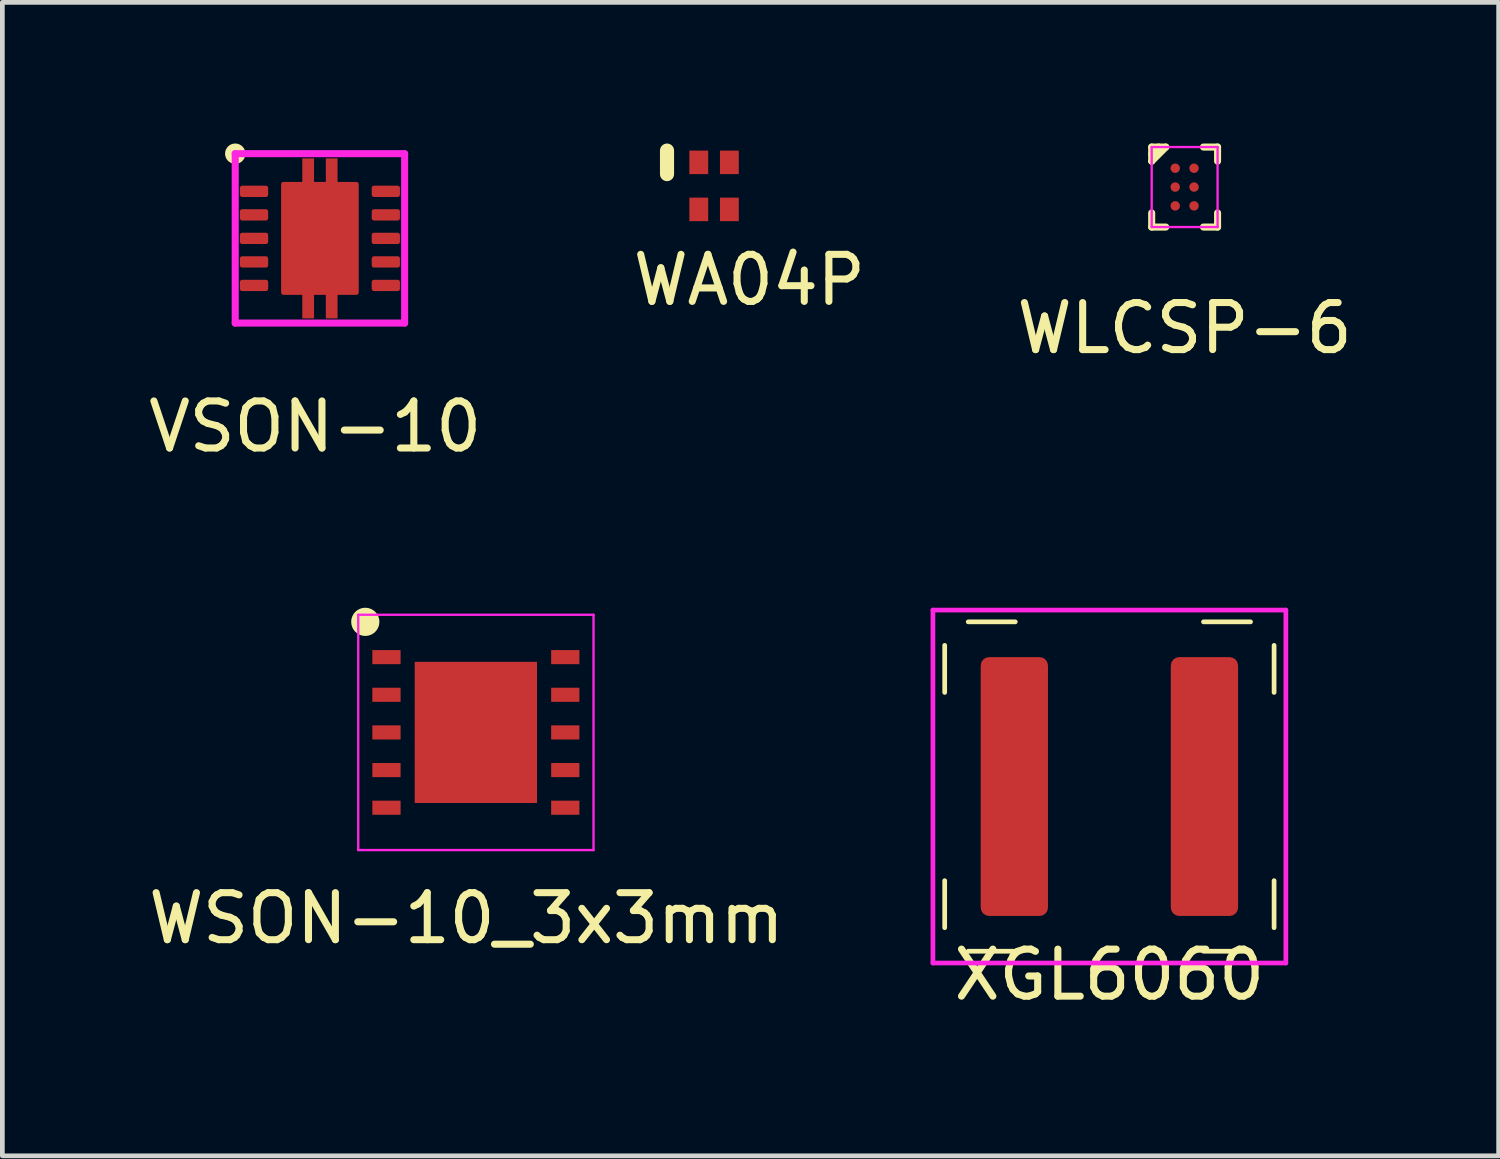
<source format=kicad_pcb>
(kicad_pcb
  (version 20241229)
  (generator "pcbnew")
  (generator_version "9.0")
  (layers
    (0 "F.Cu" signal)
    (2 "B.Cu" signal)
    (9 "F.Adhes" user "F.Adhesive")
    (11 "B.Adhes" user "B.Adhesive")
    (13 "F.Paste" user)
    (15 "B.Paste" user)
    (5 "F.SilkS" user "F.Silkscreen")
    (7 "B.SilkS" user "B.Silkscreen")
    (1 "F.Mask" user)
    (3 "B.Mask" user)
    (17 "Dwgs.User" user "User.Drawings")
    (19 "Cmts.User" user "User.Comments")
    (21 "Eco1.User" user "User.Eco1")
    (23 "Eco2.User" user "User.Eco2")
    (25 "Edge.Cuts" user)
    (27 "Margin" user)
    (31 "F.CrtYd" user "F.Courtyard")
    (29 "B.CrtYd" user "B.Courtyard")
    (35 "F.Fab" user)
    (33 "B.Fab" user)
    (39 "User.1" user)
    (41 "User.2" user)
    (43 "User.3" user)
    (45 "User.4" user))
  (footprint "VSON-10"
    (layer "F.Cu")
    (at 3.749 2.016)
    (property "Reference" "VSON-10" (at -0.1 4 0) (layer "F.SilkS") (effects (font (size 1 1) (thickness 0.15))))
    (attr through_hole)
    (fp_circle (center -1.8 -1.8) (end -1.7 -1.7) (stroke (width 0.15) (type solid)) (fill no) (layer "F.SilkS"))
    (fp_line (start -1.8 -1.8) (end 1.8 -1.8) (stroke (width 0.15) (type solid)) (layer "F.CrtYd"))
    (fp_line (start -1.8 1.8) (end -1.8 -1.8) (stroke (width 0.15) (type solid)) (layer "F.CrtYd"))
    (fp_line (start 1.8 -1.8) (end 1.8 1.8) (stroke (width 0.15) (type solid)) (layer "F.CrtYd"))
    (fp_line (start 1.8 1.8) (end -1.8 1.8) (stroke (width 0.15) (type solid)) (layer "F.CrtYd"))
    (pad "" smd roundrect (at -0.25 -1.53) (size 0.25 0.34) (layers "F.Paste") (roundrect_rratio 0.03))
    (pad "" smd roundrect (at -0.25 1.53) (size 0.25 0.34) (layers "F.Paste") (roundrect_rratio 0.03))
    (pad "" smd roundrect (at 0 -0.63) (size 1.5 1.06) (layers "F.Paste") (roundrect_rratio 0.03))
    (pad "" smd roundrect (at 0 0.63) (size 1.5 1.06) (layers "F.Paste") (roundrect_rratio 0.03))
    (pad "" smd roundrect (at 0.25 -1.53) (size 0.25 0.34) (layers "F.Paste") (roundrect_rratio 0.03))
    (pad "" smd roundrect (at 0.25 1.53) (size 0.25 0.34) (layers "F.Paste") (roundrect_rratio 0.03))
    (pad "1" smd roundrect (at -1.4 -1) (size 0.6 0.24) (layers "F.Cu" "F.Mask" "F.Paste") (roundrect_rratio 0.2))
    (pad "2" smd roundrect (at -1.4 -0.5) (size 0.6 0.24) (layers "F.Cu" "F.Mask" "F.Paste") (roundrect_rratio 0.2))
    (pad "3" smd roundrect (at -1.4 0) (size 0.6 0.24) (layers "F.Cu" "F.Mask" "F.Paste") (roundrect_rratio 0.2))
    (pad "4" smd roundrect (at -1.4 0.5) (size 0.6 0.24) (layers "F.Cu" "F.Mask" "F.Paste") (roundrect_rratio 0.2))
    (pad "5" smd roundrect (at -1.4 1) (size 0.6 0.24) (layers "F.Cu" "F.Mask" "F.Paste") (roundrect_rratio 0.2))
    (pad "6" smd roundrect (at 1.4 1) (size 0.6 0.24) (layers "F.Cu" "F.Mask" "F.Paste") (roundrect_rratio 0.2))
    (pad "7" smd roundrect (at 1.4 0.5) (size 0.6 0.24) (layers "F.Cu" "F.Mask" "F.Paste") (roundrect_rratio 0.2))
    (pad "8" smd roundrect (at 1.4 0) (size 0.6 0.24) (layers "F.Cu" "F.Mask" "F.Paste") (roundrect_rratio 0.2))
    (pad "9" smd roundrect (at 1.4 -0.5) (size 0.6 0.24) (layers "F.Cu" "F.Mask" "F.Paste") (roundrect_rratio 0.2))
    (pad "10" smd roundrect (at 1.4 -1) (size 0.6 0.24) (layers "F.Cu" "F.Mask" "F.Paste") (roundrect_rratio 0.2))
    (pad "11" smd roundrect (at -0.25 -1.1) (size 0.25 1.2) (layers "F.Cu" "F.Mask") (roundrect_rratio 0.03))
    (pad "11" smd roundrect (at -0.25 1.1) (size 0.25 1.2) (layers "F.Cu" "F.Mask") (roundrect_rratio 0.03))
    (pad "11" smd roundrect (at 0 0) (size 1.65 2.4) (layers "F.Cu" "F.Mask") (roundrect_rratio 0.03))
    (pad "11" smd roundrect (at 0.25 -1.1) (size 0.25 1.2) (layers "F.Cu" "F.Mask") (roundrect_rratio 0.03))
    (pad "11" smd roundrect (at 0.25 1.1) (size 0.25 1.2) (layers "F.Cu" "F.Mask") (roundrect_rratio 0.03)))
  (footprint "WA04P"
    (layer "F.Cu")
    (at 12.125 0.9)
    (property "Reference" "WA04P" (at 0.75 2 0) (layer "F.SilkS") (effects (font (size 1 1) (thickness 0.15))))
    (attr through_hole)
    (fp_line (start -1 -0.75) (end -1 -0.25) (stroke (width 0.3) (type solid)) (layer "F.SilkS"))
    (pad "1" smd rect (at -0.325 -0.5) (size 0.4 0.5) (layers "F.Cu" "F.Mask" "F.Paste"))
    (pad "2" smd rect (at 0.325 -0.5) (size 0.4 0.5) (layers "F.Cu" "F.Mask" "F.Paste"))
    (pad "3" smd rect (at 0.325 0.5) (size 0.4 0.5) (layers "F.Cu" "F.Mask" "F.Paste"))
    (pad "4" smd rect (at -0.325 0.5) (size 0.4 0.5) (layers "F.Cu" "F.Mask" "F.Paste")))
  (footprint "WSON-10_3x3mm"
    (layer "F.Cu")
    (at 7.063 12.515)
    (property "Reference" "WSON-10_3x3mm" (at -0.2 3.95 0) (layer "F.SilkS") (effects (font (size 1 1) (thickness 0.15))))
    (attr through_hole)
    (fp_circle (center -2.35 -2.35) (end -2.2 -2.35) (stroke (width 0.3) (type solid)) (fill no) (layer "F.SilkS"))
    (fp_line (start -2.5 -2.5) (end 2.5 -2.5) (stroke (width 0.05) (type solid)) (layer "F.CrtYd"))
    (fp_line (start -2.5 2.5) (end -2.5 -2.5) (stroke (width 0.05) (type solid)) (layer "F.CrtYd"))
    (fp_line (start 2.5 -2.5) (end 2.5 2.5) (stroke (width 0.05) (type solid)) (layer "F.CrtYd"))
    (fp_line (start 2.5 2.5) (end -2.5 2.5) (stroke (width 0.05) (type solid)) (layer "F.CrtYd"))
    (pad "" smd rect (at -0.65 -0.75) (size 1 1.2) (layers "F.Paste"))
    (pad "" smd rect (at -0.65 0.75) (size 1 1.2) (layers "F.Paste"))
    (pad "" smd rect (at 0.65 -0.75) (size 1 1.2) (layers "F.Paste"))
    (pad "" smd rect (at 0.65 0.75) (size 1 1.2) (layers "F.Paste"))
    (pad "1" smd rect (at -1.9 -1.6) (size 0.6 0.3) (layers "F.Cu" "F.Mask" "F.Paste"))
    (pad "2" smd rect (at -1.9 -0.8) (size 0.6 0.3) (layers "F.Cu" "F.Mask" "F.Paste"))
    (pad "3" smd rect (at -1.9 0) (size 0.6 0.3) (layers "F.Cu" "F.Mask" "F.Paste"))
    (pad "4" smd rect (at -1.9 0.8) (size 0.6 0.3) (layers "F.Cu" "F.Mask" "F.Paste"))
    (pad "5" smd rect (at -1.9 1.6) (size 0.6 0.3) (layers "F.Cu" "F.Mask" "F.Paste"))
    (pad "6" smd rect (at 1.9 1.6) (size 0.6 0.3) (layers "F.Cu" "F.Mask" "F.Paste"))
    (pad "7" smd rect (at 1.9 0.8) (size 0.6 0.3) (layers "F.Cu" "F.Mask" "F.Paste"))
    (pad "8" smd rect (at 1.9 0) (size 0.6 0.3) (layers "F.Cu" "F.Mask" "F.Paste"))
    (pad "9" smd rect (at 1.9 -0.8) (size 0.6 0.3) (layers "F.Cu" "F.Mask" "F.Paste"))
    (pad "10" smd rect (at 1.9 -1.6) (size 0.6 0.3) (layers "F.Cu" "F.Mask" "F.Paste"))
    (pad "11" smd rect (at 0 0) (size 2.6 3) (layers "F.Cu" "F.Mask")))
  (footprint "XGL6060"
    (layer "F.Cu")
    (at 20.526 13.665)
    (property "Reference" "XGL6060" (at 0 4 0) (layer "F.SilkS") (effects (font (size 1 1) (thickness 0.15))))
    (attr through_hole)
    (fp_line (start -3.5 -3) (end -3.5 -2) (stroke (width 0.1) (type solid)) (layer "F.SilkS"))
    (fp_line (start -3.5 3) (end -3.5 2) (stroke (width 0.1) (type solid)) (layer "F.SilkS"))
    (fp_line (start -3 -3.5) (end -2 -3.5) (stroke (width 0.1) (type solid)) (layer "F.SilkS"))
    (fp_line (start -3 3.5) (end -2 3.5) (stroke (width 0.1) (type solid)) (layer "F.SilkS"))
    (fp_line (start 3 -3.5) (end 2 -3.5) (stroke (width 0.1) (type solid)) (layer "F.SilkS"))
    (fp_line (start 3 3.5) (end 2 3.5) (stroke (width 0.1) (type solid)) (layer "F.SilkS"))
    (fp_line (start 3.5 -3) (end 3.5 -2) (stroke (width 0.1) (type solid)) (layer "F.SilkS"))
    (fp_line (start 3.5 3) (end 3.5 2) (stroke (width 0.1) (type solid)) (layer "F.SilkS"))
    (fp_line (start -3.75 -3.75) (end 3.75 -3.75) (stroke (width 0.1) (type solid)) (layer "F.CrtYd"))
    (fp_line (start -3.75 3.75) (end -3.75 -3.75) (stroke (width 0.1) (type solid)) (layer "F.CrtYd"))
    (fp_line (start 3.75 -3.75) (end 3.75 3.75) (stroke (width 0.1) (type solid)) (layer "F.CrtYd"))
    (fp_line (start 3.75 3.75) (end -3.75 3.75) (stroke (width 0.1) (type solid)) (layer "F.CrtYd"))
    (pad "1" smd roundrect (at -2.02 0) (size 1.43 5.5) (layers "F.Cu" "F.Mask" "F.Paste") (roundrect_rratio 0.125))
    (pad "2" smd roundrect (at 2.02 0) (size 1.43 5.5) (layers "F.Cu" "F.Mask" "F.Paste") (roundrect_rratio 0.125)))
  (footprint "WLCSP-6"
    (layer "F.Cu")
    (at 22.125 0.925)
    (property "Reference" "WLCSP-6" (at 0 3 0) (layer "F.SilkS") (effects (font (size 1 1) (thickness 0.15))))
    (attr through_hole)
    (fp_line (start -0.7 -0.85) (end -0.7 -0.55) (stroke (width 0.15) (type solid)) (layer "F.SilkS"))
    (fp_line (start -0.7 -0.7) (end -0.55 -0.85) (stroke (width 0.15) (type solid)) (layer "F.SilkS"))
    (fp_line (start -0.7 0.85) (end -0.7 0.55) (stroke (width 0.15) (type solid)) (layer "F.SilkS"))
    (fp_line (start -0.7 0.85) (end -0.4 0.85) (stroke (width 0.15) (type solid)) (layer "F.SilkS"))
    (fp_line (start -0.4 -0.85) (end -0.7 -0.85) (stroke (width 0.15) (type solid)) (layer "F.SilkS"))
    (fp_line (start -0.4 -0.85) (end -0.7 -0.55) (stroke (width 0.15) (type solid)) (layer "F.SilkS"))
    (fp_line (start 0.7 -0.85) (end 0.4 -0.85) (stroke (width 0.15) (type solid)) (layer "F.SilkS"))
    (fp_line (start 0.7 -0.85) (end 0.7 -0.55) (stroke (width 0.15) (type solid)) (layer "F.SilkS"))
    (fp_line (start 0.7 0.85) (end 0.4 0.85) (stroke (width 0.15) (type solid)) (layer "F.SilkS"))
    (fp_line (start 0.7 0.85) (end 0.7 0.55) (stroke (width 0.15) (type solid)) (layer "F.SilkS"))
    (fp_line (start -0.7 -0.85) (end -0.7 0.85) (stroke (width 0.05) (type solid)) (layer "F.CrtYd"))
    (fp_line (start -0.7 0.85) (end 0.7 0.85) (stroke (width 0.05) (type solid)) (layer "F.CrtYd"))
    (fp_line (start 0.7 -0.85) (end -0.7 -0.85) (stroke (width 0.05) (type solid)) (layer "F.CrtYd"))
    (fp_line (start 0.7 0.85) (end 0.7 -0.85) (stroke (width 0.05) (type solid)) (layer "F.CrtYd"))
    (pad "A1" smd circle (at -0.2 -0.4) (size 0.2 0.2) (layers "F.Cu" "F.Mask" "F.Paste"))
    (pad "A2" smd circle (at 0.2 -0.4) (size 0.2 0.2) (layers "F.Cu" "F.Mask" "F.Paste"))
    (pad "B1" smd circle (at -0.2 0) (size 0.2 0.2) (layers "F.Cu" "F.Mask" "F.Paste"))
    (pad "B2" smd circle (at 0.2 0) (size 0.2 0.2) (layers "F.Cu" "F.Mask" "F.Paste"))
    (pad "C1" smd circle (at -0.2 0.4) (size 0.2 0.2) (layers "F.Cu" "F.Mask" "F.Paste"))
    (pad "C2" smd circle (at 0.2 0.4) (size 0.2 0.2) (layers "F.Cu" "F.Mask" "F.Paste")))
  (gr_rect
    (start -3 -3)
    (end 28.798 21.513)
    (stroke (width 0.1) (type default))
    (fill no)
    (layer "Edge.Cuts")))
</source>
